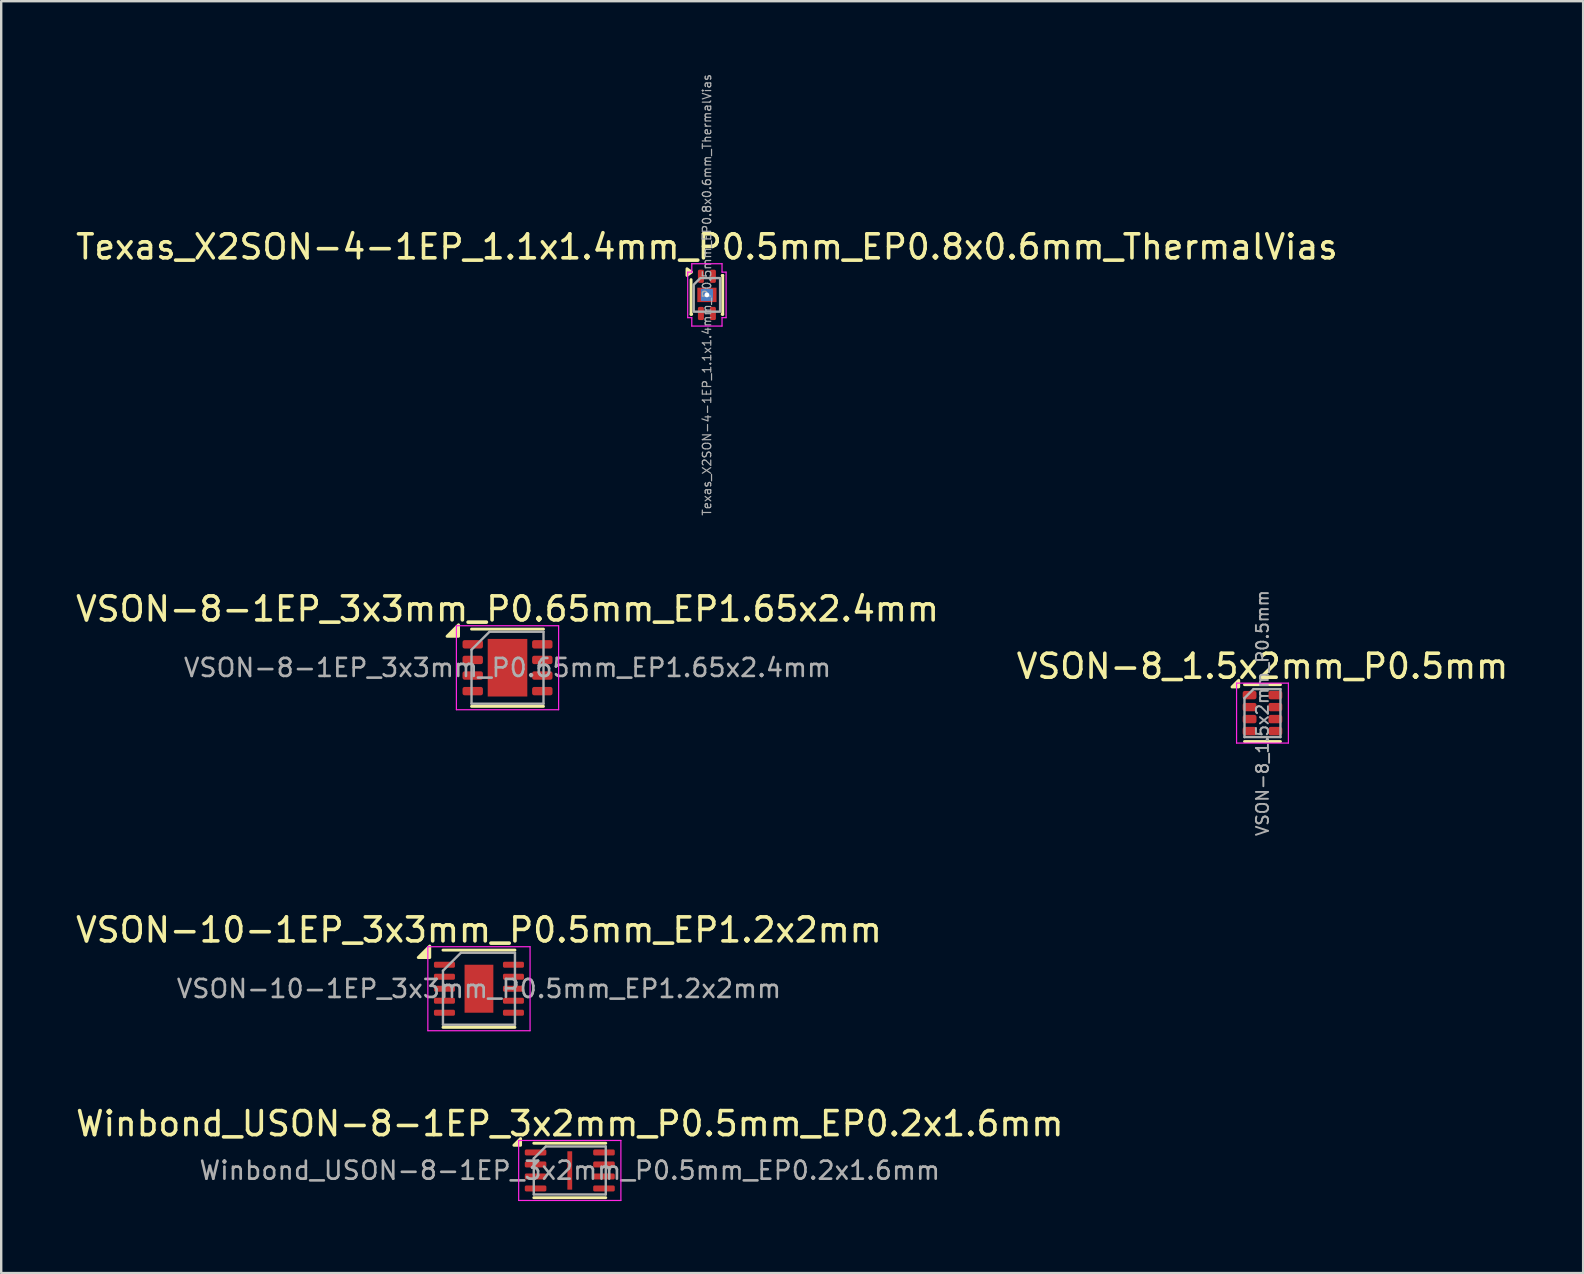
<source format=kicad_pcb>
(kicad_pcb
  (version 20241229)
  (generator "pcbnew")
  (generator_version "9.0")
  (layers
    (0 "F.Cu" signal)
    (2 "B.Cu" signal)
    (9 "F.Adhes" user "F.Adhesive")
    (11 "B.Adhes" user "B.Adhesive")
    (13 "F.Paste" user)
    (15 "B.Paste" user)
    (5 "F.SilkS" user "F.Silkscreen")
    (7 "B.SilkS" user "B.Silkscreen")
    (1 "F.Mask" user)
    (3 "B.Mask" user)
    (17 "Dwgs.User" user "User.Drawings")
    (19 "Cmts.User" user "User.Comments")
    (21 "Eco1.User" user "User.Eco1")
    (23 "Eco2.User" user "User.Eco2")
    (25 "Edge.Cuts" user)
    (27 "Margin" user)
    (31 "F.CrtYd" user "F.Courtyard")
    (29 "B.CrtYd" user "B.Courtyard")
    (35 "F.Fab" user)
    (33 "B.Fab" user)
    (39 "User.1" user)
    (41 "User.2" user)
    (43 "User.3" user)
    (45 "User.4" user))
  (footprint "Winbond_USON-8-1EP_3x2mm_P0.5mm_EP0.2x1.6mm"
    (layer "F.Cu")
    (at 20.696 45.73)
    (property "Reference" "Winbond_USON-8-1EP_3x2mm_P0.5mm_EP0.2x1.6mm" (at 0 -1.95 0) (layer "F.SilkS") (effects (font (size 1 1) (thickness 0.15))))
    (attr smd)
    (fp_line (start -1.5 -1.135) (end 1.5 -1.135) (stroke (width 0.12) (type solid)) (layer "F.SilkS"))
    (fp_line (start -1.5 1.135) (end 1.5 1.135) (stroke (width 0.12) (type solid)) (layer "F.SilkS"))
    (fp_poly (pts (xy -2.05 -1.05) (xy -2.33 -1.05) (xy -2.05 -1.33) (xy -2.05 -1.05)) (stroke (width 0.12) (type solid)) (fill yes) (layer "F.SilkS"))
    (fp_line (start -2.13 -1.25) (end -2.13 1.25) (stroke (width 0.05) (type solid)) (layer "F.CrtYd"))
    (fp_line (start -2.13 1.25) (end 2.13 1.25) (stroke (width 0.05) (type solid)) (layer "F.CrtYd"))
    (fp_line (start 2.13 -1.25) (end -2.13 -1.25) (stroke (width 0.05) (type solid)) (layer "F.CrtYd"))
    (fp_line (start 2.13 1.25) (end 2.13 -1.25) (stroke (width 0.05) (type solid)) (layer "F.CrtYd"))
    (fp_line (start -1.5 -0.5) (end -1 -1) (stroke (width 0.1) (type solid)) (layer "F.Fab"))
    (fp_line (start -1.5 1) (end -1.5 -0.5) (stroke (width 0.1) (type solid)) (layer "F.Fab"))
    (fp_line (start -1 -1) (end 1.5 -1) (stroke (width 0.1) (type solid)) (layer "F.Fab"))
    (fp_line (start 1.5 -1) (end 1.5 1) (stroke (width 0.1) (type solid)) (layer "F.Fab"))
    (fp_line (start 1.5 1) (end -1.5 1) (stroke (width 0.1) (type solid)) (layer "F.Fab"))
    (fp_text user "${REFERENCE}" (at 0 0 0) (layer "F.Fab") (effects (font (size 0.75 0.75) (thickness 0.11))))
    (pad "" smd roundrect (at 0 0) (size 0.16 1.29) (layers "F.Paste") (roundrect_rratio 0.25))
    (pad "1" smd roundrect (at -1.425 -0.75) (size 0.9 0.25) (layers "F.Cu" "F.Mask" "F.Paste") (roundrect_rratio 0.25))
    (pad "2" smd roundrect (at -1.425 -0.25) (size 0.9 0.25) (layers "F.Cu" "F.Mask" "F.Paste") (roundrect_rratio 0.25))
    (pad "3" smd roundrect (at -1.425 0.25) (size 0.9 0.25) (layers "F.Cu" "F.Mask" "F.Paste") (roundrect_rratio 0.25))
    (pad "4" smd roundrect (at -1.425 0.75) (size 0.9 0.25) (layers "F.Cu" "F.Mask" "F.Paste") (roundrect_rratio 0.25))
    (pad "5" smd roundrect (at 1.425 0.75) (size 0.9 0.25) (layers "F.Cu" "F.Mask" "F.Paste") (roundrect_rratio 0.25))
    (pad "6" smd roundrect (at 1.425 0.25) (size 0.9 0.25) (layers "F.Cu" "F.Mask" "F.Paste") (roundrect_rratio 0.25))
    (pad "7" smd roundrect (at 1.425 -0.25) (size 0.9 0.25) (layers "F.Cu" "F.Mask" "F.Paste") (roundrect_rratio 0.25))
    (pad "8" smd roundrect (at 1.425 -0.75) (size 0.9 0.25) (layers "F.Cu" "F.Mask" "F.Paste") (roundrect_rratio 0.25))
    (pad "9" smd rect (at 0 0) (size 0.2 1.6) (property pad_prop_heatsink) (layers "F.Cu" "F.Mask")))
  (footprint "VSON-10-1EP_3x3mm_P0.5mm_EP1.2x2mm"
    (layer "F.Cu")
    (at 16.911 38.156)
    (property "Reference" "VSON-10-1EP_3x3mm_P0.5mm_EP1.2x2mm" (at 0 -2.45 0) (layer "F.SilkS") (effects (font (size 1 1) (thickness 0.15))))
    (attr smd)
    (fp_line (start -1.5 -1.61) (end 1.5 -1.61) (stroke (width 0.12) (type solid)) (layer "F.SilkS"))
    (fp_line (start -1.5 1.61) (end 1.5 1.61) (stroke (width 0.12) (type solid)) (layer "F.SilkS"))
    (fp_poly (pts (xy -2.05 -1.3) (xy -2.53 -1.3) (xy -2.05 -1.78) (xy -2.05 -1.3)) (stroke (width 0.12) (type solid)) (fill yes) (layer "F.SilkS"))
    (fp_line (start -2.13 -1.75) (end -2.13 1.75) (stroke (width 0.05) (type solid)) (layer "F.CrtYd"))
    (fp_line (start -2.13 1.75) (end 2.13 1.75) (stroke (width 0.05) (type solid)) (layer "F.CrtYd"))
    (fp_line (start 2.13 -1.75) (end -2.13 -1.75) (stroke (width 0.05) (type solid)) (layer "F.CrtYd"))
    (fp_line (start 2.13 1.75) (end 2.13 -1.75) (stroke (width 0.05) (type solid)) (layer "F.CrtYd"))
    (fp_line (start -1.5 -0.75) (end -0.75 -1.5) (stroke (width 0.1) (type solid)) (layer "F.Fab"))
    (fp_line (start -1.5 1.5) (end -1.5 -0.75) (stroke (width 0.1) (type solid)) (layer "F.Fab"))
    (fp_line (start -0.75 -1.5) (end 1.5 -1.5) (stroke (width 0.1) (type solid)) (layer "F.Fab"))
    (fp_line (start 1.5 -1.5) (end 1.5 1.5) (stroke (width 0.1) (type solid)) (layer "F.Fab"))
    (fp_line (start 1.5 1.5) (end -1.5 1.5) (stroke (width 0.1) (type solid)) (layer "F.Fab"))
    (fp_text user "${REFERENCE}" (at 0 0 0) (layer "F.Fab") (effects (font (size 0.75 0.75) (thickness 0.11))))
    (pad "" smd roundrect (at -0.3 -0.5) (size 0.48 0.81) (layers "F.Paste") (roundrect_rratio 0.25))
    (pad "" smd roundrect (at -0.3 0.5) (size 0.48 0.81) (layers "F.Paste") (roundrect_rratio 0.25))
    (pad "" smd roundrect (at 0.3 -0.5) (size 0.48 0.81) (layers "F.Paste") (roundrect_rratio 0.25))
    (pad "" smd roundrect (at 0.3 0.5) (size 0.48 0.81) (layers "F.Paste") (roundrect_rratio 0.25))
    (pad "1" smd roundrect (at -1.438 -1) (size 0.875 0.25) (layers "F.Cu" "F.Mask" "F.Paste") (roundrect_rratio 0.25))
    (pad "2" smd roundrect (at -1.438 -0.5) (size 0.875 0.25) (layers "F.Cu" "F.Mask" "F.Paste") (roundrect_rratio 0.25))
    (pad "3" smd roundrect (at -1.438 0) (size 0.875 0.25) (layers "F.Cu" "F.Mask" "F.Paste") (roundrect_rratio 0.25))
    (pad "4" smd roundrect (at -1.438 0.5) (size 0.875 0.25) (layers "F.Cu" "F.Mask" "F.Paste") (roundrect_rratio 0.25))
    (pad "5" smd roundrect (at -1.438 1) (size 0.875 0.25) (layers "F.Cu" "F.Mask" "F.Paste") (roundrect_rratio 0.25))
    (pad "6" smd roundrect (at 1.438 1) (size 0.875 0.25) (layers "F.Cu" "F.Mask" "F.Paste") (roundrect_rratio 0.25))
    (pad "7" smd roundrect (at 1.438 0.5) (size 0.875 0.25) (layers "F.Cu" "F.Mask" "F.Paste") (roundrect_rratio 0.25))
    (pad "8" smd roundrect (at 1.438 0) (size 0.875 0.25) (layers "F.Cu" "F.Mask" "F.Paste") (roundrect_rratio 0.25))
    (pad "9" smd roundrect (at 1.438 -0.5) (size 0.875 0.25) (layers "F.Cu" "F.Mask" "F.Paste") (roundrect_rratio 0.25))
    (pad "10" smd roundrect (at 1.438 -1) (size 0.875 0.25) (layers "F.Cu" "F.Mask" "F.Paste") (roundrect_rratio 0.25))
    (pad "11" smd rect (at 0 0) (size 1.2 2) (property pad_prop_heatsink) (layers "F.Cu" "F.Mask")))
  (footprint "VSON-8-1EP_3x3mm_P0.65mm_EP1.65x2.4mm"
    (layer "F.Cu")
    (at 18.101 24.778)
    (property "Reference" "VSON-8-1EP_3x3mm_P0.65mm_EP1.65x2.4mm" (at 0 -2.45 0) (layer "F.SilkS") (effects (font (size 1 1) (thickness 0.15))))
    (attr smd)
    (fp_line (start -1.5 -1.61) (end 1.5 -1.61) (stroke (width 0.12) (type solid)) (layer "F.SilkS"))
    (fp_line (start -1.5 1.61) (end 1.5 1.61) (stroke (width 0.12) (type solid)) (layer "F.SilkS"))
    (fp_poly (pts (xy -2.04 -1.31) (xy -2.52 -1.31) (xy -2.04 -1.79) (xy -2.04 -1.31)) (stroke (width 0.12) (type solid)) (fill yes) (layer "F.SilkS"))
    (fp_line (start -2.13 -1.75) (end -2.13 1.75) (stroke (width 0.05) (type solid)) (layer "F.CrtYd"))
    (fp_line (start -2.13 1.75) (end 2.13 1.75) (stroke (width 0.05) (type solid)) (layer "F.CrtYd"))
    (fp_line (start 2.13 -1.75) (end -2.13 -1.75) (stroke (width 0.05) (type solid)) (layer "F.CrtYd"))
    (fp_line (start 2.13 1.75) (end 2.13 -1.75) (stroke (width 0.05) (type solid)) (layer "F.CrtYd"))
    (fp_line (start -1.5 -0.75) (end -0.75 -1.5) (stroke (width 0.1) (type solid)) (layer "F.Fab"))
    (fp_line (start -1.5 1.5) (end -1.5 -0.75) (stroke (width 0.1) (type solid)) (layer "F.Fab"))
    (fp_line (start -0.75 -1.5) (end 1.5 -1.5) (stroke (width 0.1) (type solid)) (layer "F.Fab"))
    (fp_line (start 1.5 -1.5) (end 1.5 1.5) (stroke (width 0.1) (type solid)) (layer "F.Fab"))
    (fp_line (start 1.5 1.5) (end -1.5 1.5) (stroke (width 0.1) (type solid)) (layer "F.Fab"))
    (fp_text user "${REFERENCE}" (at 0 0 0) (layer "F.Fab") (effects (font (size 0.75 0.75) (thickness 0.11))))
    (pad "" smd roundrect (at 0 0) (size 1.33 1.93) (layers "F.Paste") (roundrect_rratio 0.188))
    (pad "1" smd roundrect (at -1.45 -0.975) (size 0.85 0.35) (layers "F.Cu" "F.Mask" "F.Paste") (roundrect_rratio 0.25))
    (pad "2" smd roundrect (at -1.45 -0.325) (size 0.85 0.35) (layers "F.Cu" "F.Mask" "F.Paste") (roundrect_rratio 0.25))
    (pad "3" smd roundrect (at -1.45 0.325) (size 0.85 0.35) (layers "F.Cu" "F.Mask" "F.Paste") (roundrect_rratio 0.25))
    (pad "4" smd roundrect (at -1.45 0.975) (size 0.85 0.35) (layers "F.Cu" "F.Mask" "F.Paste") (roundrect_rratio 0.25))
    (pad "5" smd roundrect (at 1.45 0.975) (size 0.85 0.35) (layers "F.Cu" "F.Mask" "F.Paste") (roundrect_rratio 0.25))
    (pad "6" smd roundrect (at 1.45 0.325) (size 0.85 0.35) (layers "F.Cu" "F.Mask" "F.Paste") (roundrect_rratio 0.25))
    (pad "7" smd roundrect (at 1.45 -0.325) (size 0.85 0.35) (layers "F.Cu" "F.Mask" "F.Paste") (roundrect_rratio 0.25))
    (pad "8" smd roundrect (at 1.45 -0.975) (size 0.85 0.35) (layers "F.Cu" "F.Mask" "F.Paste") (roundrect_rratio 0.25))
    (pad "9" smd rect (at 0 0) (size 1.65 2.4) (property pad_prop_heatsink) (layers "F.Cu" "F.Mask")))
  (footprint "Texas_X2SON-4-1EP_1.1x1.4mm_P0.5mm_EP0.8x0.6mm_ThermalVias"
    (layer "F.Cu")
    (at 26.411 9.24)
    (property "Reference" "Texas_X2SON-4-1EP_1.1x1.4mm_P0.5mm_EP0.8x0.6mm_ThermalVias" (at 0 -2 0) (layer "F.SilkS") (effects (font (size 1 1) (thickness 0.15))))
    (attr smd)
    (fp_line (start -0.66 0.81) (end -0.66 -0.637) (stroke (width 0.12) (type solid)) (layer "F.SilkS"))
    (fp_line (start -0.635 0.81) (end -0.66 0.81) (stroke (width 0.12) (type solid)) (layer "F.SilkS"))
    (fp_line (start 0.635 -0.81) (end 0.66 -0.81) (stroke (width 0.12) (type solid)) (layer "F.SilkS"))
    (fp_line (start 0.66 -0.81) (end 0.66 0.81) (stroke (width 0.12) (type solid)) (layer "F.SilkS"))
    (fp_line (start 0.66 0.81) (end 0.635 0.81) (stroke (width 0.12) (type solid)) (layer "F.SilkS"))
    (fp_poly (pts (xy -0.64 -0.95) (xy -0.83 -0.81) (xy -0.83 -1.09)) (stroke (width 0.12) (type solid)) (fill yes) (layer "F.SilkS"))
    (fp_line (start -0.8 -0.95) (end -0.63 -0.95) (stroke (width 0.05) (type solid)) (layer "F.CrtYd"))
    (fp_line (start -0.8 0.95) (end -0.8 -0.95) (stroke (width 0.05) (type solid)) (layer "F.CrtYd"))
    (fp_line (start -0.63 -1.3) (end 0.63 -1.3) (stroke (width 0.05) (type solid)) (layer "F.CrtYd"))
    (fp_line (start -0.63 -0.95) (end -0.63 -1.3) (stroke (width 0.05) (type solid)) (layer "F.CrtYd"))
    (fp_line (start -0.63 0.95) (end -0.8 0.95) (stroke (width 0.05) (type solid)) (layer "F.CrtYd"))
    (fp_line (start -0.63 1.3) (end -0.63 0.95) (stroke (width 0.05) (type solid)) (layer "F.CrtYd"))
    (fp_line (start 0.63 -1.3) (end 0.63 -0.95) (stroke (width 0.05) (type solid)) (layer "F.CrtYd"))
    (fp_line (start 0.63 -0.95) (end 0.8 -0.95) (stroke (width 0.05) (type solid)) (layer "F.CrtYd"))
    (fp_line (start 0.63 0.95) (end 0.63 1.3) (stroke (width 0.05) (type solid)) (layer "F.CrtYd"))
    (fp_line (start 0.63 1.3) (end -0.63 1.3) (stroke (width 0.05) (type solid)) (layer "F.CrtYd"))
    (fp_line (start 0.8 -0.95) (end 0.8 0.95) (stroke (width 0.05) (type solid)) (layer "F.CrtYd"))
    (fp_line (start 0.8 0.95) (end 0.63 0.95) (stroke (width 0.05) (type solid)) (layer "F.CrtYd"))
    (fp_poly (pts (xy -0.275 -0.7) (xy 0.55 -0.7) (xy 0.55 0.7) (xy -0.55 0.7) (xy -0.55 -0.425)) (stroke (width 0.1) (type solid)) (fill no) (layer "F.Fab"))
    (fp_text user "${REFERENCE}" (at 0 0 90) (layer "F.Fab") (effects (font (size 0.35 0.35) (thickness 0.05))))
    (pad "" smd roundrect (at 0 0) (size 0.69 0.52) (layers "F.Paste") (roundrect_rratio 0.25))
    (pad "1" smd roundrect (at -0.25 -0.775) (size 0.25 0.55) (layers "F.Cu" "F.Mask" "F.Paste") (roundrect_rratio 0.25))
    (pad "2" smd roundrect (at -0.25 0.775) (size 0.25 0.55) (layers "F.Cu" "F.Mask" "F.Paste") (roundrect_rratio 0.25))
    (pad "3" smd roundrect (at 0.25 0.775) (size 0.25 0.55) (layers "F.Cu" "F.Mask" "F.Paste") (roundrect_rratio 0.25))
    (pad "4" smd roundrect (at 0.25 -0.775) (size 0.25 0.55) (layers "F.Cu" "F.Mask" "F.Paste") (roundrect_rratio 0.25))
    (pad "5" thru_hole circle (at 0 0) (size 0.5 0.5) (drill 0.2) (property pad_prop_heatsink) (layers "*.Cu"))
    (pad "5" smd rect (at 0 0) (size 0.5 0.5) (property pad_prop_heatsink) (layers "B.Cu"))
    (pad "5" smd rect (at 0 0) (size 0.8 0.6) (property pad_prop_heatsink) (layers "F.Cu" "F.Mask")))
  (footprint "VSON-8_1.5x2mm_P0.5mm"
    (layer "F.Cu")
    (at 49.565 26.669)
    (property "Reference" "VSON-8_1.5x2mm_P0.5mm" (at 0 -1.95 0) (layer "F.SilkS") (effects (font (size 1 1) (thickness 0.15))))
    (attr smd)
    (fp_line (start -0.75 -1.185) (end 0.75 -1.185) (stroke (width 0.12) (type solid)) (layer "F.SilkS"))
    (fp_line (start -0.75 1.185) (end 0.75 1.185) (stroke (width 0.12) (type solid)) (layer "F.SilkS"))
    (fp_poly (pts (xy -0.99 -1.09) (xy -1.27 -1.09) (xy -0.99 -1.37) (xy -0.99 -1.09)) (stroke (width 0.12) (type solid)) (fill yes) (layer "F.SilkS"))
    (fp_line (start -1.08 -1.25) (end -1.08 1.25) (stroke (width 0.05) (type solid)) (layer "F.CrtYd"))
    (fp_line (start -1.08 1.25) (end 1.08 1.25) (stroke (width 0.05) (type solid)) (layer "F.CrtYd"))
    (fp_line (start 1.08 -1.25) (end -1.08 -1.25) (stroke (width 0.05) (type solid)) (layer "F.CrtYd"))
    (fp_line (start 1.08 1.25) (end 1.08 -1.25) (stroke (width 0.05) (type solid)) (layer "F.CrtYd"))
    (fp_line (start -0.75 -0.625) (end -0.375 -1) (stroke (width 0.1) (type solid)) (layer "F.Fab"))
    (fp_line (start -0.75 1) (end -0.75 -0.625) (stroke (width 0.1) (type solid)) (layer "F.Fab"))
    (fp_line (start -0.375 -1) (end 0.75 -1) (stroke (width 0.1) (type solid)) (layer "F.Fab"))
    (fp_line (start 0.75 -1) (end 0.75 1) (stroke (width 0.1) (type solid)) (layer "F.Fab"))
    (fp_line (start 0.75 1) (end -0.75 1) (stroke (width 0.1) (type solid)) (layer "F.Fab"))
    (fp_text user "${REFERENCE}" (at 0 0 90) (layer "F.Fab") (effects (font (size 0.5 0.5) (thickness 0.08))))
    (pad "1" smd roundrect (at -0.537 -0.75) (size 0.575 0.35) (layers "F.Cu" "F.Mask" "F.Paste") (roundrect_rratio 0.25))
    (pad "2" smd roundrect (at -0.537 -0.25) (size 0.575 0.35) (layers "F.Cu" "F.Mask" "F.Paste") (roundrect_rratio 0.25))
    (pad "3" smd roundrect (at -0.537 0.25) (size 0.575 0.35) (layers "F.Cu" "F.Mask" "F.Paste") (roundrect_rratio 0.25))
    (pad "4" smd roundrect (at -0.537 0.75) (size 0.575 0.35) (layers "F.Cu" "F.Mask" "F.Paste") (roundrect_rratio 0.25))
    (pad "5" smd roundrect (at 0.537 0.75) (size 0.575 0.35) (layers "F.Cu" "F.Mask" "F.Paste") (roundrect_rratio 0.25))
    (pad "6" smd roundrect (at 0.537 0.25) (size 0.575 0.35) (layers "F.Cu" "F.Mask" "F.Paste") (roundrect_rratio 0.25))
    (pad "7" smd roundrect (at 0.537 -0.25) (size 0.575 0.35) (layers "F.Cu" "F.Mask" "F.Paste") (roundrect_rratio 0.25))
    (pad "8" smd roundrect (at 0.537 -0.75) (size 0.575 0.35) (layers "F.Cu" "F.Mask" "F.Paste") (roundrect_rratio 0.25)))
  (gr_rect
    (start -3 -3)
    (end 62.929 50.005)
    (stroke (width 0.1) (type default))
    (fill no)
    (layer "Edge.Cuts")))
</source>
